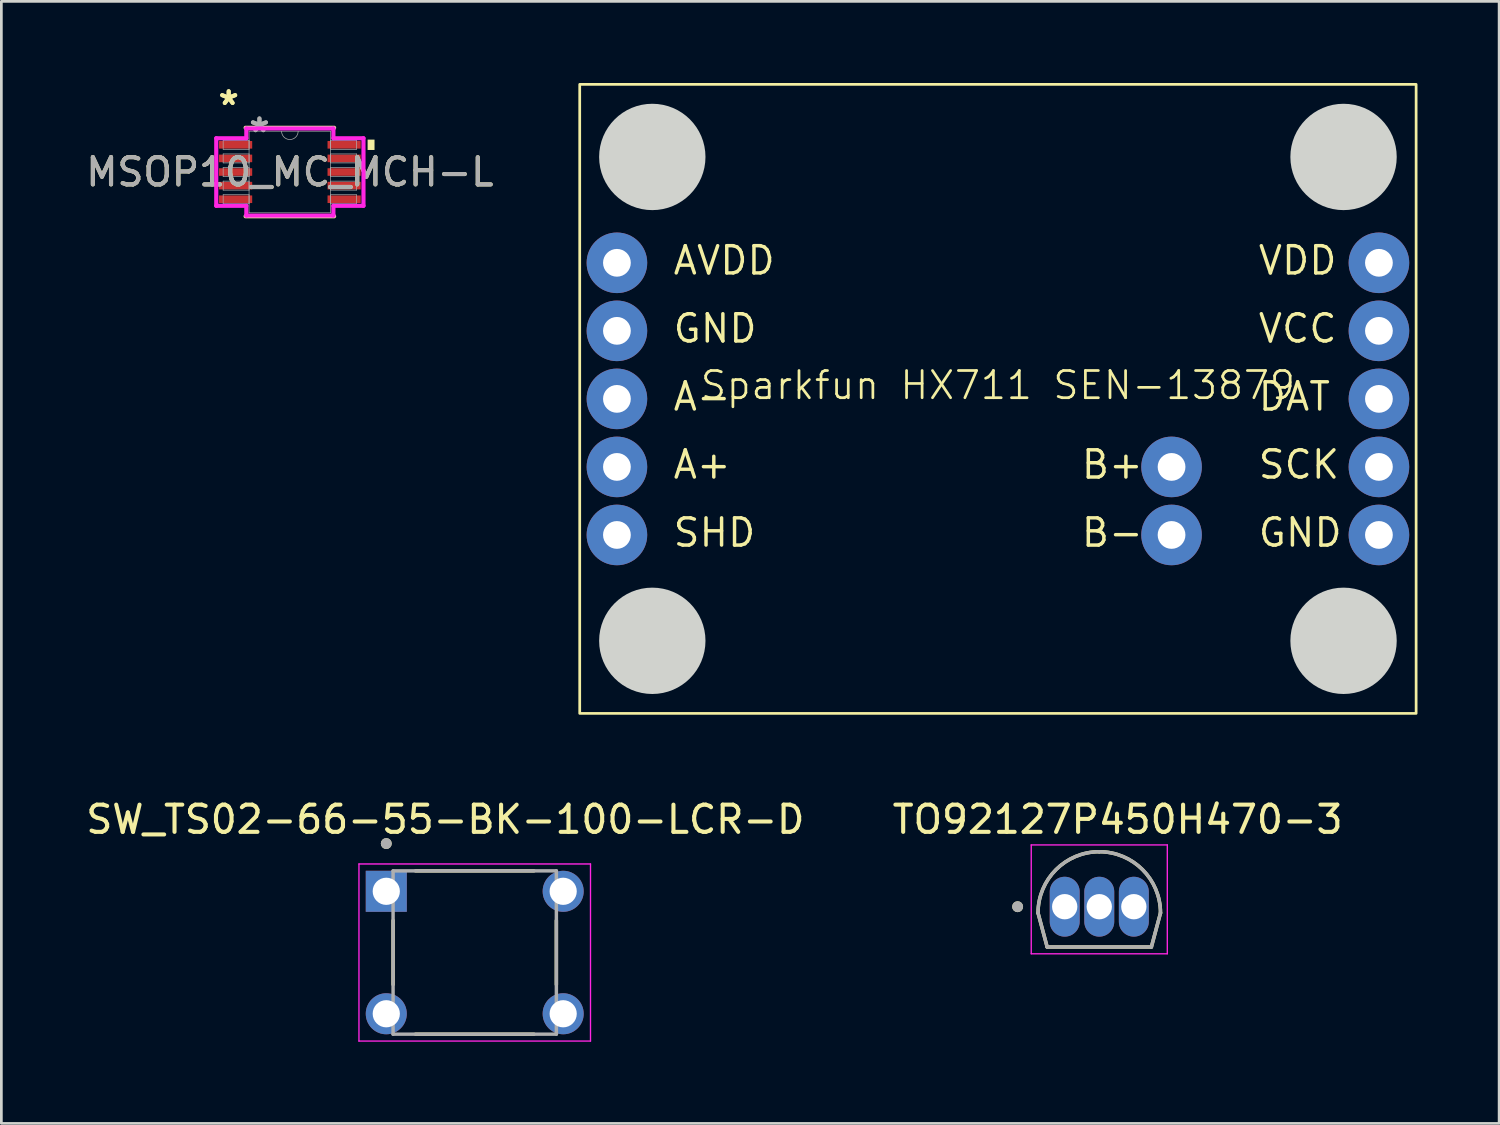
<source format=kicad_pcb>
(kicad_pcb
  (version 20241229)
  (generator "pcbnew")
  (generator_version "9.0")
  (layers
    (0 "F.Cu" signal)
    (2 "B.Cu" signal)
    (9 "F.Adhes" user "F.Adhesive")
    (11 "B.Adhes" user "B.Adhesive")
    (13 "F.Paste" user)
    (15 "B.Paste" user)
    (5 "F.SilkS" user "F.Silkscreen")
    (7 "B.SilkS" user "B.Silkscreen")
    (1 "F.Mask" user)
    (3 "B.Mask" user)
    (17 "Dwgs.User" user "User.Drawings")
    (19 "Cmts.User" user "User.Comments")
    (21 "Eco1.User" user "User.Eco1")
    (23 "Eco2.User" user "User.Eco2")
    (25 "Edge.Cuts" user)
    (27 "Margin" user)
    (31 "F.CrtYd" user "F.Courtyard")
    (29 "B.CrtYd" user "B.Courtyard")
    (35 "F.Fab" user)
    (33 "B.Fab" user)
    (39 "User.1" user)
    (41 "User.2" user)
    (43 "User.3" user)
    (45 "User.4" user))
  (footprint "SW_TS02-66-55-BK-100-LCR-D"
    (layer "F.Cu")
    (at 14.394 31.951)
    (property "Reference" "SW_TS02-66-55-BK-100-LCR-D" (at -1.079 -4.889 0) (layer "F.SilkS") (effects (font (size 1 1) (thickness 0.15))))
    (attr through_hole)
    (fp_line (start -3 -1.176) (end -3 1.176) (stroke (width 0.127) (type solid)) (layer "F.SilkS"))
    (fp_line (start -2.176 -3) (end 2.176 -3) (stroke (width 0.127) (type solid)) (layer "F.SilkS"))
    (fp_line (start -2.176 3) (end 2.176 3) (stroke (width 0.127) (type solid)) (layer "F.SilkS"))
    (fp_line (start 3 -1.176) (end 3 1.176) (stroke (width 0.127) (type solid)) (layer "F.SilkS"))
    (fp_circle (center -3.25 -4.004) (end -3.15 -4.004) (stroke (width 0.2) (type solid)) (fill no) (layer "F.SilkS"))
    (fp_line (start -4.254 -3.254) (end -4.254 3.254) (stroke (width 0.05) (type solid)) (layer "F.CrtYd"))
    (fp_line (start -4.254 3.254) (end 4.254 3.254) (stroke (width 0.05) (type solid)) (layer "F.CrtYd"))
    (fp_line (start 4.254 -3.254) (end -4.254 -3.254) (stroke (width 0.05) (type solid)) (layer "F.CrtYd"))
    (fp_line (start 4.254 3.254) (end 4.254 -3.254) (stroke (width 0.05) (type solid)) (layer "F.CrtYd"))
    (fp_line (start -3 -3) (end 3 -3) (stroke (width 0.127) (type solid)) (layer "F.Fab"))
    (fp_line (start -3 3) (end -3 -3) (stroke (width 0.127) (type solid)) (layer "F.Fab"))
    (fp_line (start 3 -3) (end 3 3) (stroke (width 0.127) (type solid)) (layer "F.Fab"))
    (fp_line (start 3 3) (end -3 3) (stroke (width 0.127) (type solid)) (layer "F.Fab"))
    (fp_circle (center -3.25 -4.004) (end -3.15 -4.004) (stroke (width 0.2) (type solid)) (fill no) (layer "F.Fab"))
    (pad "1" thru_hole rect (at -3.25 -2.25) (size 1.508 1.508) (drill 1) (layers "*.Cu" "*.Mask"))
    (pad "2" thru_hole circle (at 3.25 -2.25) (size 1.508 1.508) (drill 1) (layers "*.Cu" "*.Mask"))
    (pad "3" thru_hole circle (at -3.25 2.25) (size 1.508 1.508) (drill 1) (layers "*.Cu" "*.Mask"))
    (pad "4" thru_hole circle (at 3.25 2.25) (size 1.508 1.508) (drill 1) (layers "*.Cu" "*.Mask")))
  (footprint "TO92127P450H470-3"
    (layer "F.Cu")
    (at 37.343 30.267)
    (property "Reference" "TO92127P450H470-3" (at 0.675 -3.205 0) (layer "F.SilkS") (effects (font (size 1 1) (thickness 0.15))))
    (attr through_hole)
    (fp_line (start -2.25 0.23) (end -1.915 1.48) (stroke (width 0.127) (type solid)) (layer "F.SilkS"))
    (fp_line (start -1.915 1.48) (end 1.915 1.48) (stroke (width 0.127) (type solid)) (layer "F.SilkS"))
    (fp_line (start 2.25 0.23) (end 1.915 1.48) (stroke (width 0.127) (type solid)) (layer "F.SilkS"))
    (fp_arc (start -2.25 0.23) (mid -1.59099 -1.36099) (end 0 -2.02) (stroke (width 0.127) (type solid)) (layer "F.SilkS"))
    (fp_arc (start 0 -2.02) (mid 1.59099 -1.36099) (end 2.25 0.23) (stroke (width 0.127) (type solid)) (layer "F.SilkS"))
    (fp_circle (center -3 0) (end -2.9 0) (stroke (width 0.2) (type solid)) (fill no) (layer "F.SilkS"))
    (fp_line (start -2.5 -2.27) (end -2.5 1.73) (stroke (width 0.05) (type solid)) (layer "F.CrtYd"))
    (fp_line (start -2.5 1.73) (end 2.5 1.73) (stroke (width 0.05) (type solid)) (layer "F.CrtYd"))
    (fp_line (start 2.5 -2.27) (end -2.5 -2.27) (stroke (width 0.05) (type solid)) (layer "F.CrtYd"))
    (fp_line (start 2.5 1.73) (end 2.5 -2.27) (stroke (width 0.05) (type solid)) (layer "F.CrtYd"))
    (fp_line (start -2.25 0.23) (end -1.915 1.48) (stroke (width 0.127) (type solid)) (layer "F.Fab"))
    (fp_line (start -1.915 1.48) (end 1.915 1.48) (stroke (width 0.127) (type solid)) (layer "F.Fab"))
    (fp_line (start 2.25 0.23) (end 1.915 1.48) (stroke (width 0.127) (type solid)) (layer "F.Fab"))
    (fp_arc (start -2.25 0.23) (mid -1.59099 -1.36099) (end 0 -2.02) (stroke (width 0.127) (type solid)) (layer "F.Fab"))
    (fp_arc (start 0 -2.02) (mid 1.59099 -1.36099) (end 2.25 0.23) (stroke (width 0.127) (type solid)) (layer "F.Fab"))
    (fp_circle (center -3 0) (end -2.9 0) (stroke (width 0.2) (type solid)) (fill no) (layer "F.Fab"))
    (pad "1" thru_hole oval (at -1.27 0) (size 1.1 2.2) (drill 0.93) (layers "*.Cu" "*.Mask"))
    (pad "2" thru_hole oval (at 0 0) (size 1.1 2.2) (drill 0.93) (layers "*.Cu" "*.Mask"))
    (pad "3" thru_hole oval (at 1.27 0) (size 1.1 2.2) (drill 0.93) (layers "*.Cu" "*.Mask")))
  (footprint "MSOP10_MC_MCH-L"
    (layer "F.Cu")
    (at 7.601 3.271)
    (property "Reference" "MSOP10_MC_MCH-L" (at 0 0 0) (unlocked yes) (layer "F.SilkS") (effects (font (size 1 1) (thickness 0.15))))
    (attr smd)
    (fp_line (start -1.626 1.626) (end 1.626 1.626) (stroke (width 0.152) (type solid)) (layer "F.SilkS"))
    (fp_line (start 1.626 -1.626) (end -1.626 -1.626) (stroke (width 0.152) (type solid)) (layer "F.SilkS"))
    (fp_poly (pts (xy 3.111 -1.191) (xy 3.111 -0.81) (xy 2.857 -0.81) (xy 2.857 -1.191)) (stroke (width 0) (type solid)) (fill yes) (layer "F.SilkS"))
    (fp_line (start -2.705 -1.241) (end -1.6 -1.241) (stroke (width 0.152) (type solid)) (layer "F.CrtYd"))
    (fp_line (start -2.705 1.241) (end -2.705 -1.241) (stroke (width 0.152) (type solid)) (layer "F.CrtYd"))
    (fp_line (start -2.705 1.241) (end -1.6 1.241) (stroke (width 0.152) (type solid)) (layer "F.CrtYd"))
    (fp_line (start -1.6 -1.6) (end 1.6 -1.6) (stroke (width 0.152) (type solid)) (layer "F.CrtYd"))
    (fp_line (start -1.6 -1.241) (end -1.6 -1.6) (stroke (width 0.152) (type solid)) (layer "F.CrtYd"))
    (fp_line (start -1.6 1.6) (end -1.6 1.241) (stroke (width 0.152) (type solid)) (layer "F.CrtYd"))
    (fp_line (start 1.6 -1.6) (end 1.6 -1.241) (stroke (width 0.152) (type solid)) (layer "F.CrtYd"))
    (fp_line (start 1.6 1.241) (end 1.6 1.6) (stroke (width 0.152) (type solid)) (layer "F.CrtYd"))
    (fp_line (start 1.6 1.6) (end -1.6 1.6) (stroke (width 0.152) (type solid)) (layer "F.CrtYd"))
    (fp_line (start 2.705 -1.241) (end 1.6 -1.241) (stroke (width 0.152) (type solid)) (layer "F.CrtYd"))
    (fp_line (start 2.705 -1.241) (end 2.705 1.241) (stroke (width 0.152) (type solid)) (layer "F.CrtYd"))
    (fp_line (start 2.705 1.241) (end 1.6 1.241) (stroke (width 0.152) (type solid)) (layer "F.CrtYd"))
    (fp_line (start -2.451 -1.165) (end -2.451 -0.835) (stroke (width 0.025) (type solid)) (layer "F.Fab"))
    (fp_line (start -2.451 -0.835) (end -1.499 -0.835) (stroke (width 0.025) (type solid)) (layer "F.Fab"))
    (fp_line (start -2.451 -0.665) (end -2.451 -0.335) (stroke (width 0.025) (type solid)) (layer "F.Fab"))
    (fp_line (start -2.451 -0.335) (end -1.499 -0.335) (stroke (width 0.025) (type solid)) (layer "F.Fab"))
    (fp_line (start -2.451 -0.165) (end -2.451 0.165) (stroke (width 0.025) (type solid)) (layer "F.Fab"))
    (fp_line (start -2.451 0.165) (end -1.499 0.165) (stroke (width 0.025) (type solid)) (layer "F.Fab"))
    (fp_line (start -2.451 0.335) (end -2.451 0.665) (stroke (width 0.025) (type solid)) (layer "F.Fab"))
    (fp_line (start -2.451 0.665) (end -1.499 0.665) (stroke (width 0.025) (type solid)) (layer "F.Fab"))
    (fp_line (start -2.451 0.835) (end -2.451 1.165) (stroke (width 0.025) (type solid)) (layer "F.Fab"))
    (fp_line (start -2.451 1.165) (end -1.499 1.165) (stroke (width 0.025) (type solid)) (layer "F.Fab"))
    (fp_line (start -1.499 -1.499) (end -1.499 1.499) (stroke (width 0.025) (type solid)) (layer "F.Fab"))
    (fp_line (start -1.499 -1.165) (end -2.451 -1.165) (stroke (width 0.025) (type solid)) (layer "F.Fab"))
    (fp_line (start -1.499 -0.835) (end -1.499 -1.165) (stroke (width 0.025) (type solid)) (layer "F.Fab"))
    (fp_line (start -1.499 -0.665) (end -2.451 -0.665) (stroke (width 0.025) (type solid)) (layer "F.Fab"))
    (fp_line (start -1.499 -0.335) (end -1.499 -0.665) (stroke (width 0.025) (type solid)) (layer "F.Fab"))
    (fp_line (start -1.499 -0.165) (end -2.451 -0.165) (stroke (width 0.025) (type solid)) (layer "F.Fab"))
    (fp_line (start -1.499 0.165) (end -1.499 -0.165) (stroke (width 0.025) (type solid)) (layer "F.Fab"))
    (fp_line (start -1.499 0.335) (end -2.451 0.335) (stroke (width 0.025) (type solid)) (layer "F.Fab"))
    (fp_line (start -1.499 0.665) (end -1.499 0.335) (stroke (width 0.025) (type solid)) (layer "F.Fab"))
    (fp_line (start -1.499 0.835) (end -2.451 0.835) (stroke (width 0.025) (type solid)) (layer "F.Fab"))
    (fp_line (start -1.499 1.165) (end -1.499 0.835) (stroke (width 0.025) (type solid)) (layer "F.Fab"))
    (fp_line (start -1.499 1.499) (end 1.499 1.499) (stroke (width 0.025) (type solid)) (layer "F.Fab"))
    (fp_line (start 1.499 -1.499) (end -1.499 -1.499) (stroke (width 0.025) (type solid)) (layer "F.Fab"))
    (fp_line (start 1.499 -1.165) (end 1.499 -0.835) (stroke (width 0.025) (type solid)) (layer "F.Fab"))
    (fp_line (start 1.499 -0.835) (end 2.451 -0.835) (stroke (width 0.025) (type solid)) (layer "F.Fab"))
    (fp_line (start 1.499 -0.665) (end 1.499 -0.335) (stroke (width 0.025) (type solid)) (layer "F.Fab"))
    (fp_line (start 1.499 -0.335) (end 2.451 -0.335) (stroke (width 0.025) (type solid)) (layer "F.Fab"))
    (fp_line (start 1.499 -0.165) (end 1.499 0.165) (stroke (width 0.025) (type solid)) (layer "F.Fab"))
    (fp_line (start 1.499 0.165) (end 2.451 0.165) (stroke (width 0.025) (type solid)) (layer "F.Fab"))
    (fp_line (start 1.499 0.335) (end 1.499 0.665) (stroke (width 0.025) (type solid)) (layer "F.Fab"))
    (fp_line (start 1.499 0.665) (end 2.451 0.665) (stroke (width 0.025) (type solid)) (layer "F.Fab"))
    (fp_line (start 1.499 0.835) (end 1.499 1.165) (stroke (width 0.025) (type solid)) (layer "F.Fab"))
    (fp_line (start 1.499 1.165) (end 2.451 1.165) (stroke (width 0.025) (type solid)) (layer "F.Fab"))
    (fp_line (start 1.499 1.499) (end 1.499 -1.499) (stroke (width 0.025) (type solid)) (layer "F.Fab"))
    (fp_line (start 2.451 -1.165) (end 1.499 -1.165) (stroke (width 0.025) (type solid)) (layer "F.Fab"))
    (fp_line (start 2.451 -0.835) (end 2.451 -1.165) (stroke (width 0.025) (type solid)) (layer "F.Fab"))
    (fp_line (start 2.451 -0.665) (end 1.499 -0.665) (stroke (width 0.025) (type solid)) (layer "F.Fab"))
    (fp_line (start 2.451 -0.335) (end 2.451 -0.665) (stroke (width 0.025) (type solid)) (layer "F.Fab"))
    (fp_line (start 2.451 -0.165) (end 1.499 -0.165) (stroke (width 0.025) (type solid)) (layer "F.Fab"))
    (fp_line (start 2.451 0.165) (end 2.451 -0.165) (stroke (width 0.025) (type solid)) (layer "F.Fab"))
    (fp_line (start 2.451 0.335) (end 1.499 0.335) (stroke (width 0.025) (type solid)) (layer "F.Fab"))
    (fp_line (start 2.451 0.665) (end 2.451 0.335) (stroke (width 0.025) (type solid)) (layer "F.Fab"))
    (fp_line (start 2.451 0.835) (end 1.499 0.835) (stroke (width 0.025) (type solid)) (layer "F.Fab"))
    (fp_line (start 2.451 1.165) (end 2.451 0.835) (stroke (width 0.025) (type solid)) (layer "F.Fab"))
    (fp_arc (start 0.3048 -1.4986) (mid 0 -1.1938) (end -0.3048 -1.4986) (stroke (width 0.0254) (type solid)) (layer "F.Fab"))
    (fp_text user "*" (at -2.248 -2.422 0) (unlocked yes) (layer "F.SilkS") (effects (font (size 1 1) (thickness 0.15))))
    (fp_text user "*" (at -2.248 -2.422 0) (layer "F.SilkS") (effects (font (size 1 1) (thickness 0.15))))
    (fp_text user "${REFERENCE}" (at 0 0 0) (unlocked yes) (layer "F.Fab") (effects (font (size 1 1) (thickness 0.15))))
    (fp_text user "*" (at -1.118 -1.422 0) (unlocked yes) (layer "F.Fab") (effects (font (size 1 1) (thickness 0.15))))
    (fp_text user "*" (at -1.118 -1.422 0) (layer "F.Fab") (effects (font (size 1 1) (thickness 0.15))))
    (pad "1" smd rect (at -1.994 -1) (size 1.219 0.279) (layers "F.Cu" "F.Mask" "F.Paste"))
    (pad "2" smd rect (at -1.994 -0.5) (size 1.219 0.279) (layers "F.Cu" "F.Mask" "F.Paste"))
    (pad "3" smd rect (at -1.994 0) (size 1.219 0.279) (layers "F.Cu" "F.Mask" "F.Paste"))
    (pad "4" smd rect (at -1.994 0.5) (size 1.219 0.279) (layers "F.Cu" "F.Mask" "F.Paste"))
    (pad "5" smd rect (at -1.994 1) (size 1.219 0.279) (layers "F.Cu" "F.Mask" "F.Paste"))
    (pad "6" smd rect (at 1.994 1) (size 1.219 0.279) (layers "F.Cu" "F.Mask" "F.Paste"))
    (pad "7" smd rect (at 1.994 0.5) (size 1.219 0.279) (layers "F.Cu" "F.Mask" "F.Paste"))
    (pad "8" smd rect (at 1.994 0) (size 1.219 0.279) (layers "F.Cu" "F.Mask" "F.Paste"))
    (pad "9" smd rect (at 1.994 -0.5) (size 1.219 0.279) (layers "F.Cu" "F.Mask" "F.Paste"))
    (pad "10" smd rect (at 1.994 -1) (size 1.219 0.279) (layers "F.Cu" "F.Mask" "F.Paste")))
  (footprint "Sparkfun HX711 SEN-13879"
    (layer "F.Cu")
    (at 33.619 11.607)
    (property "Reference" "Sparkfun HX711 SEN-13879" (at 0 -0.5 0) (unlocked yes) (layer "F.SilkS") (effects (font (size 1 1) (thickness 0.1))))
    (attr through_hole)
    (fp_rect (start -15.367 11.557) (end 15.367 -11.557) (stroke (width 0.1) (type default)) (fill no) (layer "F.SilkS"))
    (fp_circle (center -12.7 -8.89) (end -10.796 -8.89) (stroke (width 0.1) (type solid)) (fill yes) (layer "Edge.Cuts"))
    (fp_circle (center -12.7 8.89) (end -10.796 8.89) (stroke (width 0.1) (type solid)) (fill yes) (layer "Edge.Cuts"))
    (fp_circle (center 12.7 -8.89) (end 14.604 -8.89) (stroke (width 0.1) (type solid)) (fill yes) (layer "Edge.Cuts"))
    (fp_circle (center 12.7 8.89) (end 14.604 8.89) (stroke (width 0.1) (type solid)) (fill yes) (layer "Edge.Cuts"))
    (fp_text user "DAT" (at 9.5 0.5 0) (layer "F.SilkS") (effects (font (size 1 1) (thickness 0.127)) (justify left bottom)))
    (fp_text user "VCC" (at 9.5 -2 0) (layer "F.SilkS") (effects (font (size 1 1) (thickness 0.127)) (justify left bottom)))
    (fp_text user "GND" (at 9.5 5.5 0) (layer "F.SilkS") (effects (font (size 1 1) (thickness 0.127)) (justify left bottom)))
    (fp_text user "SHD" (at -12 5.5 0) (layer "F.SilkS") (effects (font (size 1 1) (thickness 0.127)) (justify left bottom)))
    (fp_text user "A+" (at -12 3 0) (layer "F.SilkS") (effects (font (size 1 1) (thickness 0.127)) (justify left bottom)))
    (fp_text user "B+" (at 3 3 0) (layer "F.SilkS") (effects (font (size 1 1) (thickness 0.127)) (justify left bottom)))
    (fp_text user "SCK" (at 9.5 3 0) (layer "F.SilkS") (effects (font (size 1 1) (thickness 0.127)) (justify left bottom)))
    (fp_text user "AVDD" (at -12 -4.5 0) (layer "F.SilkS") (effects (font (size 1 1) (thickness 0.127)) (justify left bottom)))
    (fp_text user "VDD" (at 9.5 -4.5 0) (layer "F.SilkS") (effects (font (size 1 1) (thickness 0.127)) (justify left bottom)))
    (fp_text user "GND" (at -12 -2 0) (layer "F.SilkS") (effects (font (size 1 1) (thickness 0.127)) (justify left bottom)))
    (fp_text user "B-" (at 3 5.5 0) (layer "F.SilkS") (effects (font (size 1 1) (thickness 0.127)) (justify left bottom)))
    (fp_text user "A-" (at -12 0.5 0) (layer "F.SilkS") (effects (font (size 1 1) (thickness 0.127)) (justify left bottom)))
    (pad "1" thru_hole circle (at 14 -5) (size 2.226 2.226) (drill 1.02) (layers "*.Cu" "*.Mask"))
    (pad "2" thru_hole circle (at 14 -2.5) (size 2.226 2.226) (drill 1.02) (layers "*.Cu" "*.Mask"))
    (pad "3" thru_hole circle (at 14 0) (size 2.226 2.226) (drill 1.02) (layers "*.Cu" "*.Mask"))
    (pad "4" thru_hole circle (at 14 2.5) (size 2.226 2.226) (drill 1.02) (layers "*.Cu" "*.Mask"))
    (pad "5" thru_hole circle (at 14 5) (size 2.226 2.226) (drill 1.02) (layers "*.Cu" "*.Mask"))
    (pad "6" thru_hole circle (at -14 5) (size 2.226 2.226) (drill 1.02) (layers "*.Cu" "*.Mask"))
    (pad "7" thru_hole circle (at -14 2.5) (size 2.226 2.226) (drill 1.02) (layers "*.Cu" "*.Mask"))
    (pad "8" thru_hole circle (at -14 0) (size 2.226 2.226) (drill 1.02) (layers "*.Cu" "*.Mask"))
    (pad "9" thru_hole circle (at -14 -2.5) (size 2.226 2.226) (drill 1.02) (layers "*.Cu" "*.Mask"))
    (pad "10" thru_hole circle (at -14 -5) (size 2.226 2.226) (drill 1.02) (layers "*.Cu" "*.Mask"))
    (pad "11" thru_hole circle (at 6.38 2.5) (size 2.226 2.226) (drill 1.02) (layers "*.Cu" "*.Mask"))
    (pad "12" thru_hole circle (at 6.38 5) (size 2.226 2.226) (drill 1.02) (layers "*.Cu" "*.Mask")))
  (gr_rect
    (start -3 -3)
    (end 52.036 38.23)
    (stroke (width 0.1) (type default))
    (fill no)
    (layer "Edge.Cuts")))
</source>
